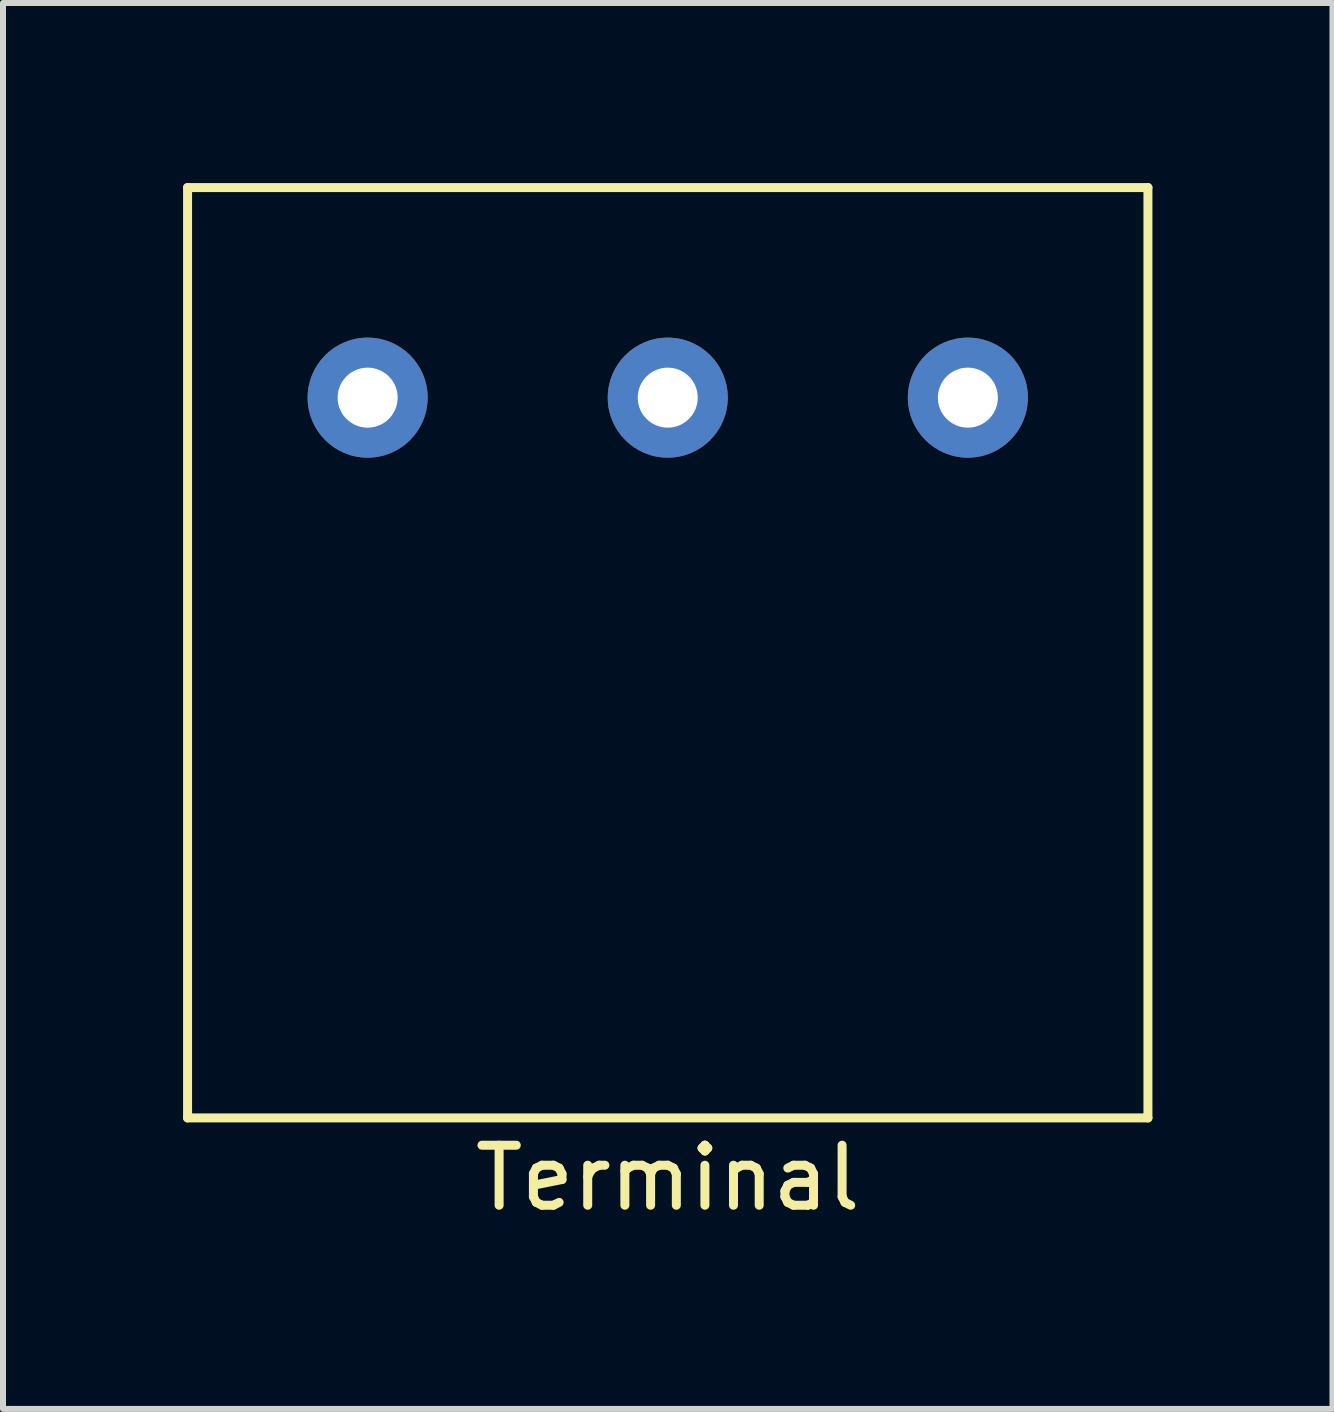
<source format=kicad_pcb>
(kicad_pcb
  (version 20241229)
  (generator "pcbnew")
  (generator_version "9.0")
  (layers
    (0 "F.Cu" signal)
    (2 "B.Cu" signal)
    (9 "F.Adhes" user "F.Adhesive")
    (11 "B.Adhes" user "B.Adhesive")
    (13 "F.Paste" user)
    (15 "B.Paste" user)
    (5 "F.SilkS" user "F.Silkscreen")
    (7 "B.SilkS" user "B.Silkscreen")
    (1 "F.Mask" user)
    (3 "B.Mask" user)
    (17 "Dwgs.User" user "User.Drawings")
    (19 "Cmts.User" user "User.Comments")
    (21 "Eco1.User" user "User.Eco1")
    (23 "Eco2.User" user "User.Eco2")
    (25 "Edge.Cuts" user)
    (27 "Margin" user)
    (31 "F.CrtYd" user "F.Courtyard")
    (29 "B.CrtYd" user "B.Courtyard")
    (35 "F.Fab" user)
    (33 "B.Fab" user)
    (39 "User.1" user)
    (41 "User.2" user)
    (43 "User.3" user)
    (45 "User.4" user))
  (footprint "Terminal"
    (layer "F.Cu")
    (at 3.075 3.575)
    (property "Reference" "Terminal" (at 5 13 0) (layer "F.SilkS") (effects (font (size 1 1) (thickness 0.15))))
    (attr through_hole)
    (fp_line (start -3 -3.5) (end 13 -3.5) (stroke (width 0.15) (type solid)) (layer "F.SilkS"))
    (fp_line (start -3 12) (end -3 -3.5) (stroke (width 0.15) (type solid)) (layer "F.SilkS"))
    (fp_line (start 13 -3.5) (end 13 12) (stroke (width 0.15) (type solid)) (layer "F.SilkS"))
    (fp_line (start 13 12) (end -3 12) (stroke (width 0.15) (type solid)) (layer "F.SilkS"))
    (pad "1" thru_hole circle (at 0 0) (size 2 2) (drill 1) (layers "*.Cu" "*.Mask"))
    (pad "2" thru_hole circle (at 5 0) (size 2 2) (drill 1) (layers "*.Cu" "*.Mask"))
    (pad "3" thru_hole circle (at 10 0) (size 2 2) (drill 1) (layers "*.Cu" "*.Mask")))
  (gr_rect
    (start -3 -3)
    (end 19.15 20.423)
    (stroke (width 0.1) (type default))
    (fill no)
    (layer "Edge.Cuts")))
</source>
